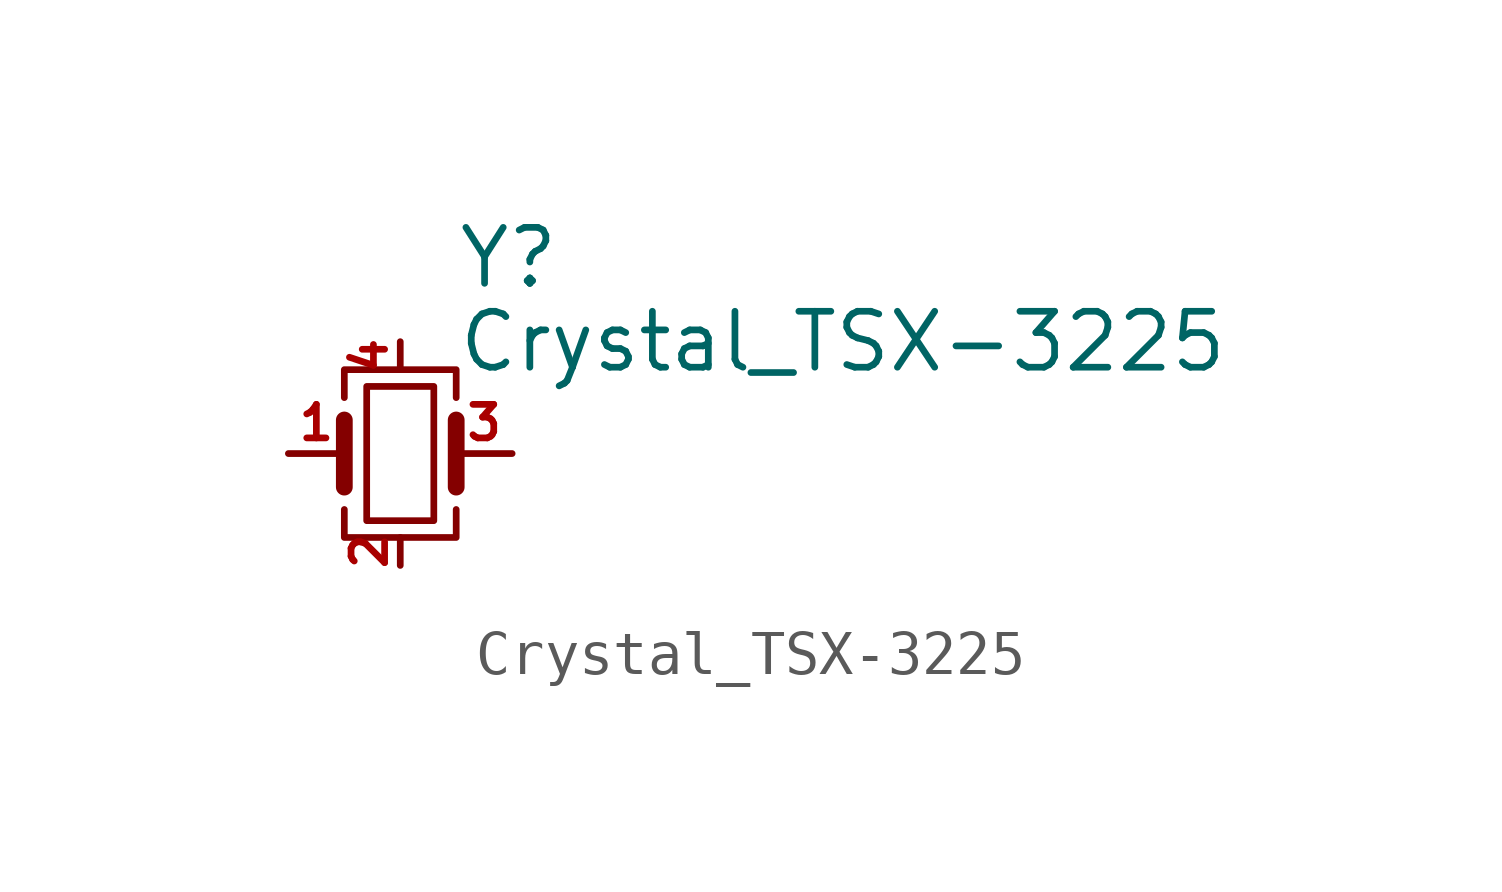
<source format=kicad_sym>
(kicad_symbol_lib
  (version 20211014)
  (generator kicad_symbol_editor)
  (symbol "Crystal_TSX-3225"
    (pin_names
      (offset 1.016) hide)
    (property "Reference" "Y"
      (at 1.27 4.445 0)
      (effects (font (size 1.27 1.27)) (justify left)))
    (property "Value" "Crystal_TSX-3225"
      (at 1.27 2.54 0)
      (effects (font (size 1.27 1.27)) (justify left)))
    (symbol "Crystal_TSX-3225_0_1"
      (rectangle (start -0.762 -1.524) (end 0.762 1.524) (stroke (width 0) (type default) (color 0 0 0 0)) (fill (type none)))
      (polyline (pts (xy -1.27 -0.762) (xy -1.27 0.762)) (stroke (width 0.381) (type default) (color 0 0 0 0)) (fill (type none)))
      (polyline (pts (xy 1.27 -0.762) (xy 1.27 0.762)) (stroke (width 0.381) (type default) (color 0 0 0 0)) (fill (type none)))
      (polyline (pts (xy -1.27 -1.27) (xy -1.27 -1.905) (xy 1.27 -1.905) (xy 1.27 -1.27)) (stroke (width 0) (type default) (color 0 0 0 0)) (fill (type none)))
      (polyline (pts (xy -1.27 1.27) (xy -1.27 1.905) (xy 1.27 1.905) (xy 1.27 1.27)) (stroke (width 0) (type default) (color 0 0 0 0)) (fill (type none))))
    (symbol "Crystal_TSX-3225_1_1"
      (pin passive line (at -2.54 0 0) (length 1.27) (name "1" (effects (font (size 1.27 1.27)))) (number "1" (effects (font (size 0.762 0.762)))))
      (pin passive line (at 0 -2.54 90) (length 0.635) (name "2" (effects (font (size 1.27 1.27)))) (number "2" (effects (font (size 0.762 0.762)))))
      (pin passive line (at 2.54 0 180) (length 1.27) (name "3" (effects (font (size 1.27 1.27)))) (number "3" (effects (font (size 0.762 0.762)))))
      (pin passive line (at 0 2.54 270) (length 0.635) (name "4" (effects (font (size 1.27 1.27)))) (number "4" (effects (font (size 0.762 0.762))))))))
</source>
